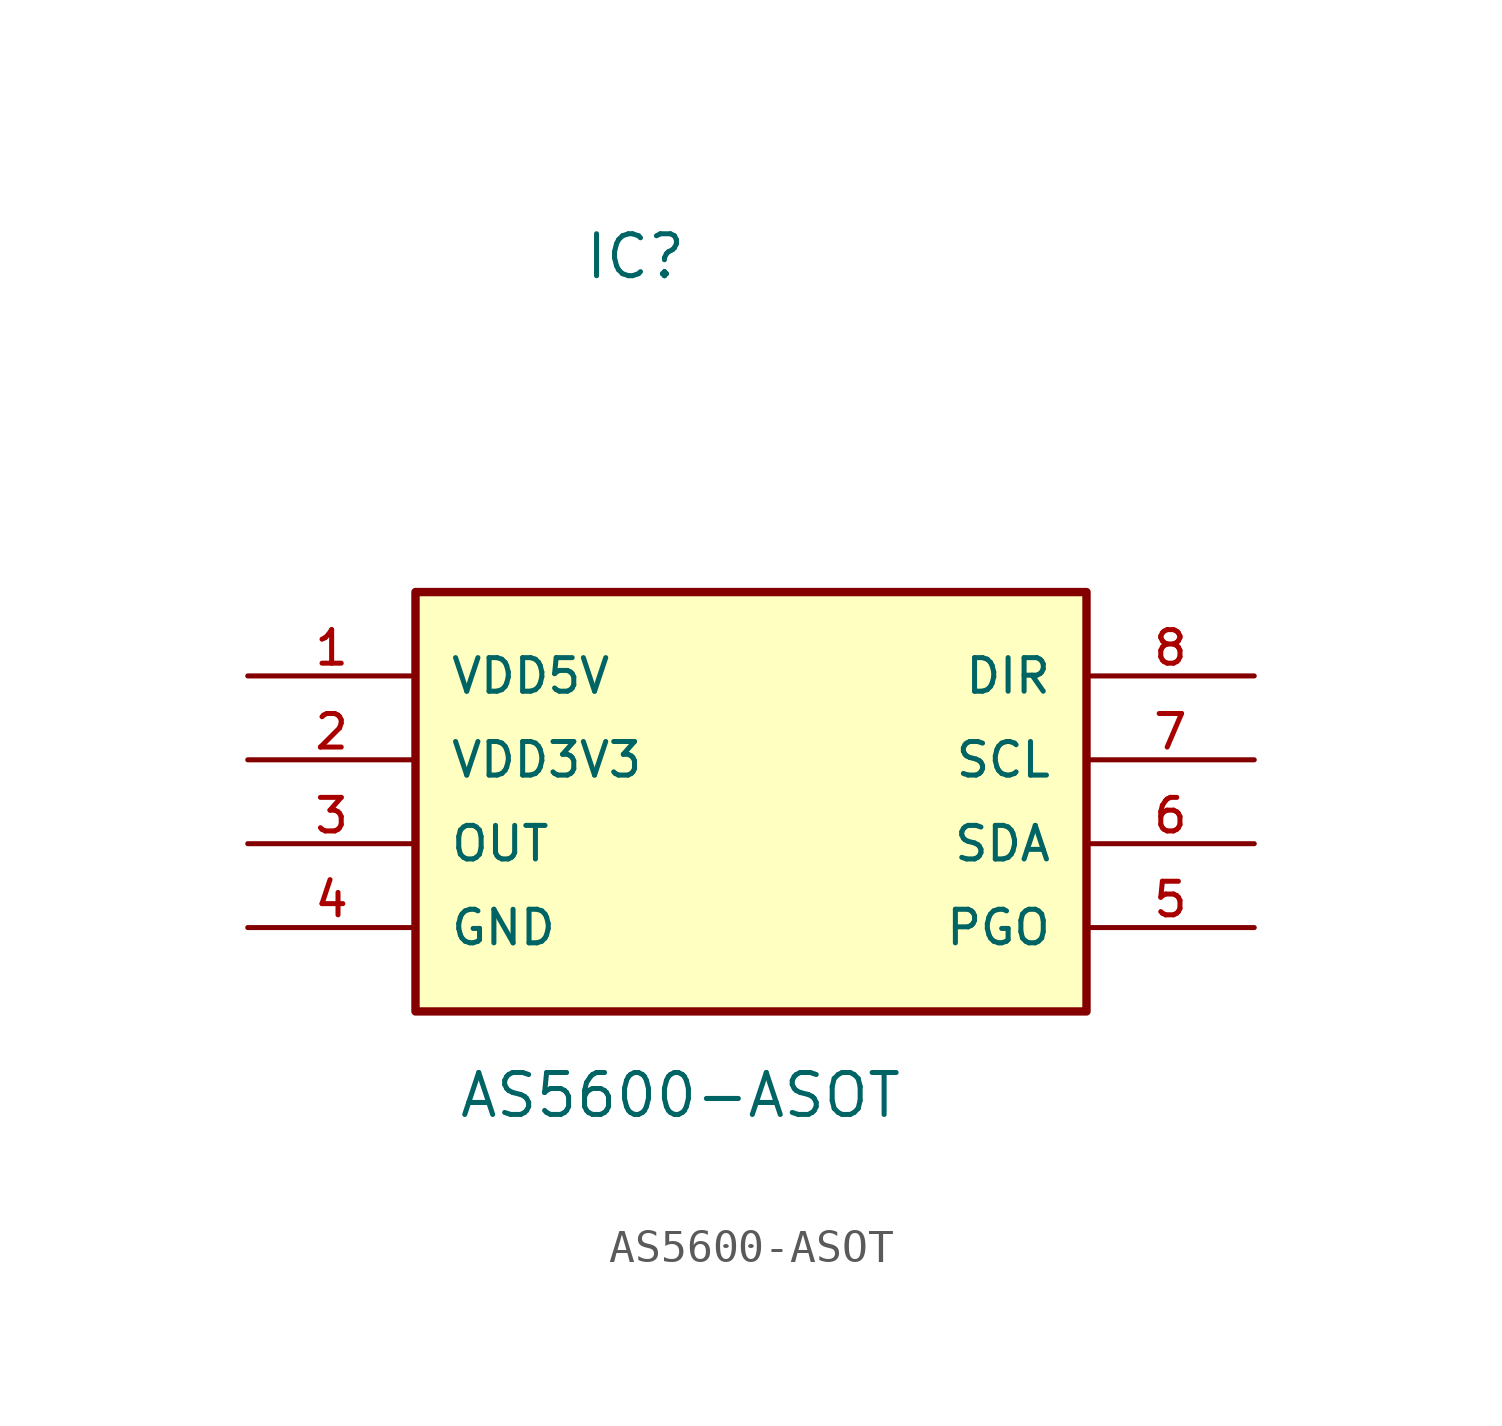
<source format=kicad_sym>
(kicad_symbol_lib
  (version 20220914)
  (generator kicad_symbol_editor)
  (symbol "AS5600-ASOT"
    (pin_names
      (offset 1.016))
    (property "Reference" "IC"
      (at 6.35 5.08 0)
      (effects (font (size 1.27 1.27)) (justify left)))
    (property "Value" "AS5600-ASOT"
      (at 2.54 -20.32 0)
      (effects (font (size 1.27 1.27)) (justify left)))
    (symbol "AS5600-ASOT_0_0"
      (rectangle (start 1.27 -17.78) (end 21.59 -5.08) (stroke (width 0.254) (type default)) (fill (type background)))
      (pin bidirectional line (at -3.81 -7.62 0) (length 5.08) (name "VDD5V" (effects (font (size 1.016 1.016)))) (number "1" (effects (font (size 1.016 1.016)))))
      (pin bidirectional line (at -3.81 -10.16 0) (length 5.08) (name "VDD3V3" (effects (font (size 1.016 1.016)))) (number "2" (effects (font (size 1.016 1.016)))))
      (pin bidirectional line (at -3.81 -12.7 0) (length 5.08) (name "OUT" (effects (font (size 1.016 1.016)))) (number "3" (effects (font (size 1.016 1.016)))))
      (pin bidirectional line (at -3.81 -15.24 0) (length 5.08) (name "GND" (effects (font (size 1.016 1.016)))) (number "4" (effects (font (size 1.016 1.016)))))
      (pin bidirectional line (at 26.67 -15.24 180) (length 5.08) (name "PGO" (effects (font (size 1.016 1.016)))) (number "5" (effects (font (size 1.016 1.016)))))
      (pin bidirectional line (at 26.67 -12.7 180) (length 5.08) (name "SDA" (effects (font (size 1.016 1.016)))) (number "6" (effects (font (size 1.016 1.016)))))
      (pin bidirectional line (at 26.67 -10.16 180) (length 5.08) (name "SCL" (effects (font (size 1.016 1.016)))) (number "7" (effects (font (size 1.016 1.016)))))
      (pin bidirectional line (at 26.67 -7.62 180) (length 5.08) (name "DIR" (effects (font (size 1.016 1.016)))) (number "8" (effects (font (size 1.016 1.016))))))))
</source>
